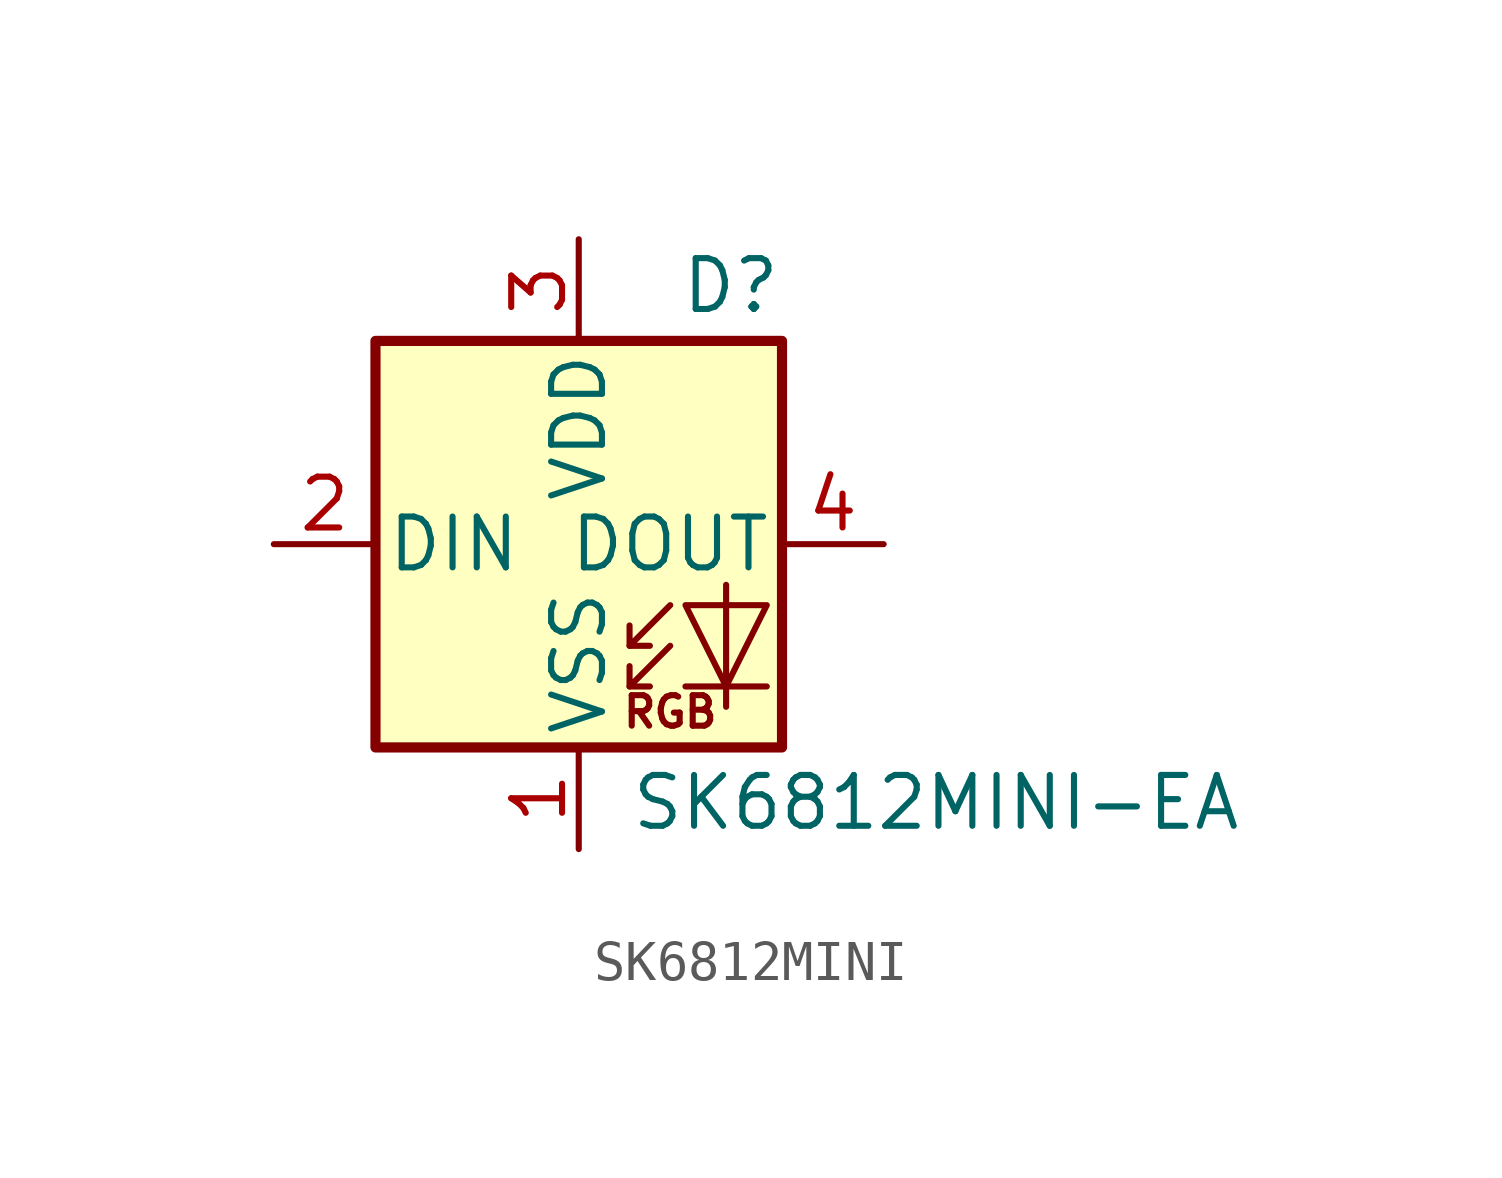
<source format=kicad_sym>
(kicad_symbol_lib
  (version 20241209)
  (generator "kicad_symbol_editor")
  (generator_version "9.0")
  (symbol "SK6812MINI"
    (pin_names
      (offset 0.254))
    (property "Reference" "D"
      (at 5.08 5.715 0)
      (effects (font (size 1.27 1.27)) (justify right bottom)))
    (property "Value" "SK6812MINI-EA"
      (at 1.27 -5.715 0)
      (effects (font (size 1.27 1.27)) (justify left top)))
    (symbol "SK6812MINI_0_0"
      (text "RGB" (at 2.286 -4.191 0) (effects (font (size 0.762 0.762)))))
    (symbol "SK6812MINI_0_1"
      (polyline (pts (xy 1.27 -2.54) (xy 1.778 -2.54)) (stroke (width 0) (type default)) (fill (type none)))
      (polyline (pts (xy 1.27 -3.556) (xy 1.778 -3.556)) (stroke (width 0) (type default)) (fill (type none)))
      (polyline (pts (xy 2.286 -1.524) (xy 1.27 -2.54) (xy 1.27 -2.032)) (stroke (width 0) (type default)) (fill (type none)))
      (polyline (pts (xy 2.286 -2.54) (xy 1.27 -3.556) (xy 1.27 -3.048)) (stroke (width 0) (type default)) (fill (type none)))
      (polyline (pts (xy 3.683 -1.016) (xy 3.683 -3.556) (xy 3.683 -4.064)) (stroke (width 0) (type default)) (fill (type none)))
      (polyline (pts (xy 4.699 -1.524) (xy 2.667 -1.524) (xy 3.683 -3.556) (xy 4.699 -1.524)) (stroke (width 0) (type default)) (fill (type none)))
      (polyline (pts (xy 4.699 -3.556) (xy 2.667 -3.556)) (stroke (width 0) (type default)) (fill (type none)))
      (rectangle (start 5.08 5.08) (end -5.08 -5.08) (stroke (width 0.254) (type default)) (fill (type background))))
    (symbol "SK6812MINI_1_1"
      (pin input line (at -7.62 0 0) (length 2.54) (name "DIN" (effects (font (size 1.27 1.27)))) (number "2" (effects (font (size 1.27 1.27)))))
      (pin power_in line (at 0 7.62 270) (length 2.54) (name "VDD" (effects (font (size 1.27 1.27)))) (number "3" (effects (font (size 1.27 1.27)))))
      (pin power_in line (at 0 -7.62 90) (length 2.54) (name "VSS" (effects (font (size 1.27 1.27)))) (number "1" (effects (font (size 1.27 1.27)))))
      (pin output line (at 7.62 0 180) (length 2.54) (name "DOUT" (effects (font (size 1.27 1.27)))) (number "4" (effects (font (size 1.27 1.27))))))))
</source>
